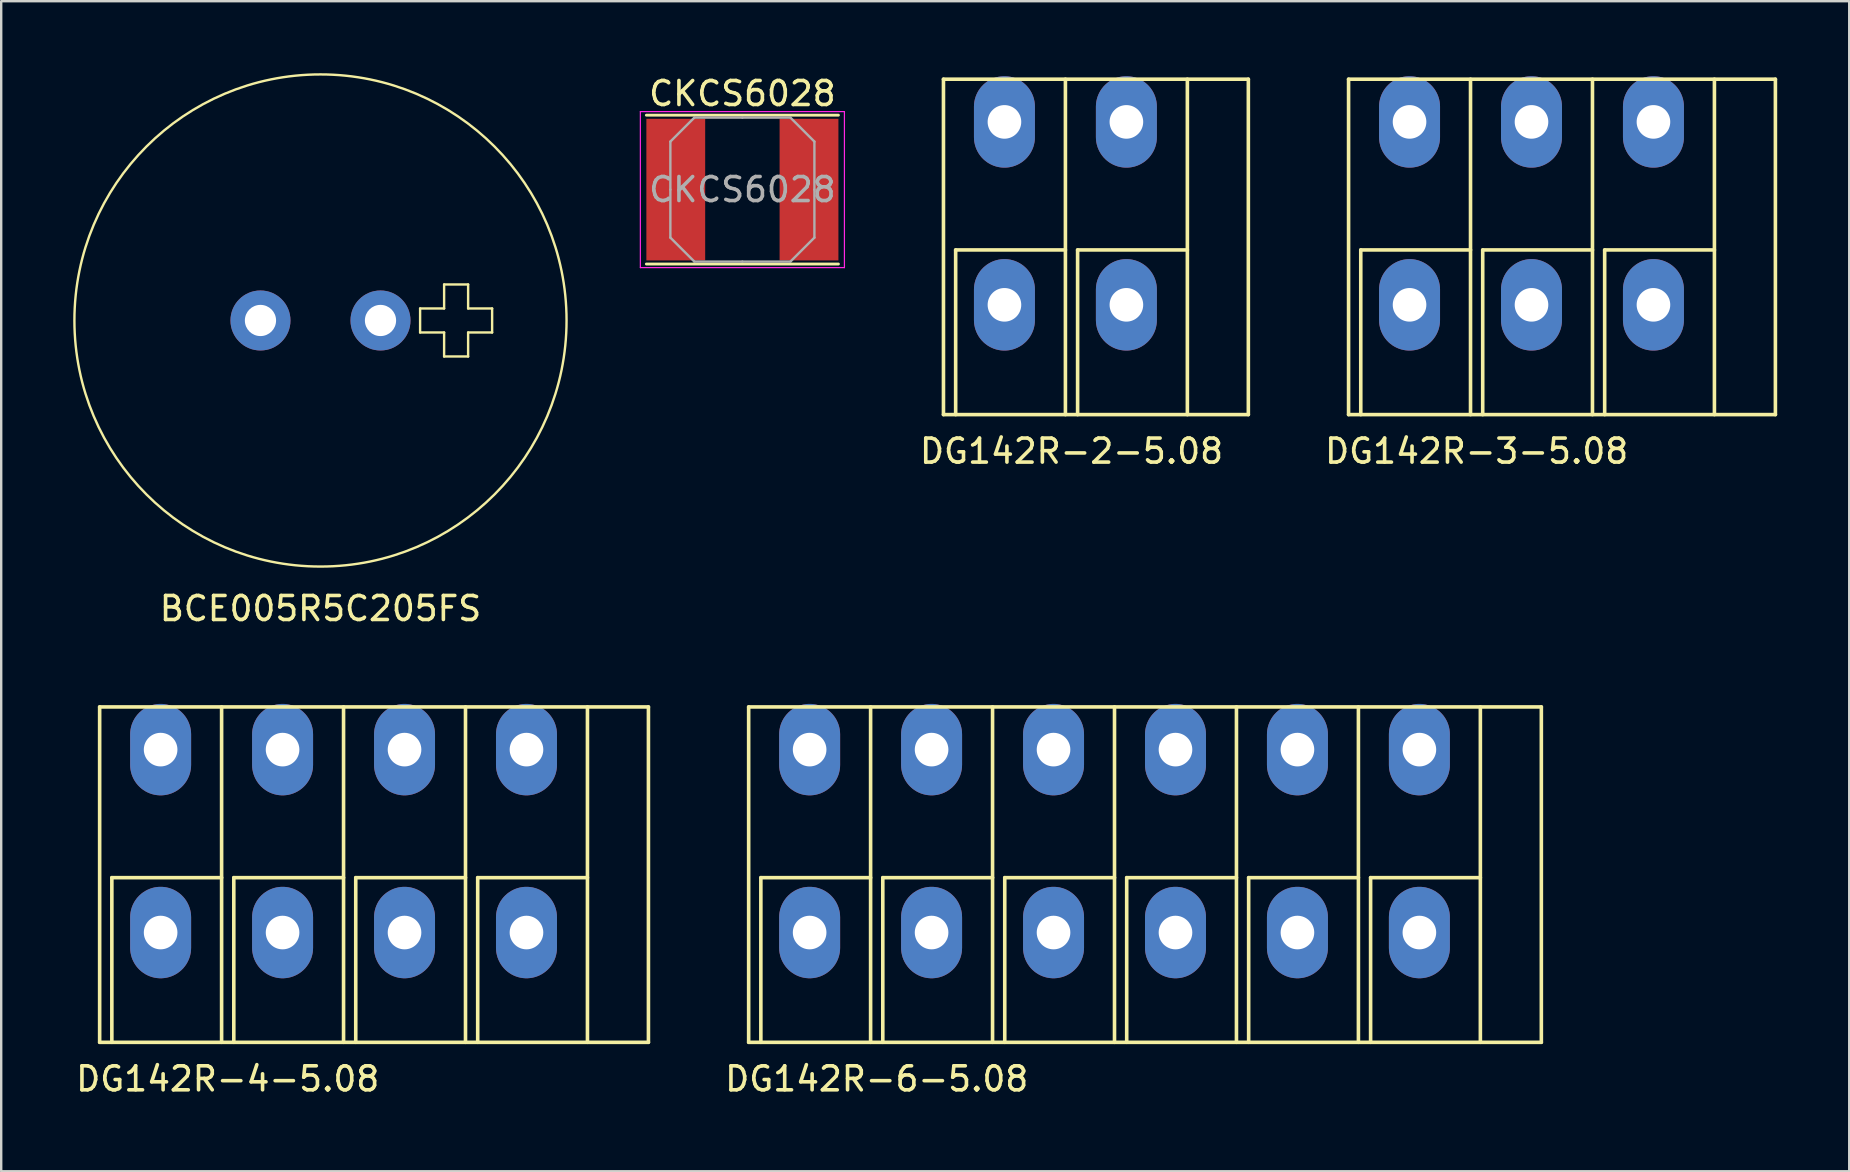
<source format=kicad_pcb>
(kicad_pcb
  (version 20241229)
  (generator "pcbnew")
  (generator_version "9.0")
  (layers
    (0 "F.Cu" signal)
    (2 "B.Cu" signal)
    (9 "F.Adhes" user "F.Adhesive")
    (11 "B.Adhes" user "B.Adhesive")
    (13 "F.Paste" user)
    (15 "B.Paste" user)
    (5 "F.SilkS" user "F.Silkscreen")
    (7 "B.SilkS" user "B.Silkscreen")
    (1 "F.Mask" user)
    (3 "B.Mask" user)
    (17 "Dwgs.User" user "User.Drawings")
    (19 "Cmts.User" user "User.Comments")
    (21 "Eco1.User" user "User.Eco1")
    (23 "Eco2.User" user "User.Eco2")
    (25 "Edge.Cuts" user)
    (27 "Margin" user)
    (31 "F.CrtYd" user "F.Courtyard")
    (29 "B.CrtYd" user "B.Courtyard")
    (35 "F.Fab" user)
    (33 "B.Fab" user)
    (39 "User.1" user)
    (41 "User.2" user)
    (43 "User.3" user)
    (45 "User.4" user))
  (footprint "DG142R-3-5.08"
    (layer "F.Cu")
    (at 53.126 0.25)
    (property "Reference" "DG142R-3-5.08" (at 5.334 15.494 0) (layer "F.SilkS") (effects (font (size 1 1) (thickness 0.15))))
    (attr through_hole)
    (fp_line (start 0 0) (end 0 13.97) (stroke (width 0.15) (type solid)) (layer "F.SilkS"))
    (fp_line (start 0 0) (end 17.78 0) (stroke (width 0.15) (type solid)) (layer "F.SilkS"))
    (fp_line (start 0 13.97) (end 17.78 13.97) (stroke (width 0.15) (type solid)) (layer "F.SilkS"))
    (fp_line (start 0.508 7.112) (end 0.508 13.97) (stroke (width 0.15) (type solid)) (layer "F.SilkS"))
    (fp_line (start 5.08 0) (end 5.08 13.97) (stroke (width 0.15) (type solid)) (layer "F.SilkS"))
    (fp_line (start 5.08 7.112) (end 0.508 7.112) (stroke (width 0.15) (type solid)) (layer "F.SilkS"))
    (fp_line (start 5.588 7.112) (end 5.588 13.97) (stroke (width 0.15) (type solid)) (layer "F.SilkS"))
    (fp_line (start 10.16 0) (end 10.16 13.97) (stroke (width 0.15) (type solid)) (layer "F.SilkS"))
    (fp_line (start 10.16 7.112) (end 5.588 7.112) (stroke (width 0.15) (type solid)) (layer "F.SilkS"))
    (fp_line (start 10.668 7.112) (end 10.668 13.97) (stroke (width 0.15) (type solid)) (layer "F.SilkS"))
    (fp_line (start 15.24 0) (end 15.24 13.97) (stroke (width 0.15) (type solid)) (layer "F.SilkS"))
    (fp_line (start 15.24 7.112) (end 10.668 7.112) (stroke (width 0.15) (type solid)) (layer "F.SilkS"))
    (fp_line (start 17.78 13.97) (end 17.78 0) (stroke (width 0.15) (type solid)) (layer "F.SilkS"))
    (pad "1" thru_hole oval (at 2.54 1.778) (size 2.54 3.81) (drill 1.4) (layers "*.Cu" "*.Mask"))
    (pad "1" thru_hole oval (at 2.54 9.398) (size 2.54 3.81) (drill 1.4) (layers "*.Cu" "*.Mask"))
    (pad "2" thru_hole oval (at 7.62 1.778) (size 2.54 3.81) (drill 1.4) (layers "*.Cu" "*.Mask"))
    (pad "2" thru_hole oval (at 7.62 9.398) (size 2.54 3.81) (drill 1.4) (layers "*.Cu" "*.Mask"))
    (pad "3" thru_hole oval (at 12.7 1.778) (size 2.54 3.81) (drill 1.4) (layers "*.Cu" "*.Mask"))
    (pad "3" thru_hole oval (at 12.7 9.398) (size 2.54 3.81) (drill 1.4) (layers "*.Cu" "*.Mask")))
  (footprint "DG142R-4-5.08"
    (layer "F.Cu")
    (at 1.101 26.398)
    (property "Reference" "DG142R-4-5.08" (at 5.334 15.494 0) (layer "F.SilkS") (effects (font (size 1 1) (thickness 0.15))))
    (attr through_hole)
    (fp_line (start 0 0) (end 0 13.97) (stroke (width 0.15) (type solid)) (layer "F.SilkS"))
    (fp_line (start 0 0) (end 22.86 0) (stroke (width 0.15) (type solid)) (layer "F.SilkS"))
    (fp_line (start 0 13.97) (end 22.86 13.97) (stroke (width 0.15) (type solid)) (layer "F.SilkS"))
    (fp_line (start 0.508 7.112) (end 0.508 13.97) (stroke (width 0.15) (type solid)) (layer "F.SilkS"))
    (fp_line (start 5.08 0) (end 5.08 13.97) (stroke (width 0.15) (type solid)) (layer "F.SilkS"))
    (fp_line (start 5.08 7.112) (end 0.508 7.112) (stroke (width 0.15) (type solid)) (layer "F.SilkS"))
    (fp_line (start 5.588 7.112) (end 5.588 13.97) (stroke (width 0.15) (type solid)) (layer "F.SilkS"))
    (fp_line (start 10.16 0) (end 10.16 13.97) (stroke (width 0.15) (type solid)) (layer "F.SilkS"))
    (fp_line (start 10.16 7.112) (end 5.588 7.112) (stroke (width 0.15) (type solid)) (layer "F.SilkS"))
    (fp_line (start 10.668 7.112) (end 10.668 13.97) (stroke (width 0.15) (type solid)) (layer "F.SilkS"))
    (fp_line (start 15.24 0) (end 15.24 13.97) (stroke (width 0.15) (type solid)) (layer "F.SilkS"))
    (fp_line (start 15.24 7.112) (end 10.668 7.112) (stroke (width 0.15) (type solid)) (layer "F.SilkS"))
    (fp_line (start 15.748 7.112) (end 15.748 13.97) (stroke (width 0.15) (type solid)) (layer "F.SilkS"))
    (fp_line (start 20.32 0) (end 20.32 13.97) (stroke (width 0.15) (type solid)) (layer "F.SilkS"))
    (fp_line (start 20.32 7.112) (end 15.748 7.112) (stroke (width 0.15) (type solid)) (layer "F.SilkS"))
    (fp_line (start 22.86 13.97) (end 22.86 0) (stroke (width 0.15) (type solid)) (layer "F.SilkS"))
    (pad "1" thru_hole oval (at 2.54 1.778) (size 2.54 3.81) (drill 1.4) (layers "*.Cu" "*.Mask"))
    (pad "1" thru_hole oval (at 2.54 9.398) (size 2.54 3.81) (drill 1.4) (layers "*.Cu" "*.Mask"))
    (pad "2" thru_hole oval (at 7.62 1.778) (size 2.54 3.81) (drill 1.4) (layers "*.Cu" "*.Mask"))
    (pad "2" thru_hole oval (at 7.62 9.398) (size 2.54 3.81) (drill 1.4) (layers "*.Cu" "*.Mask"))
    (pad "3" thru_hole oval (at 12.7 1.778) (size 2.54 3.81) (drill 1.4) (layers "*.Cu" "*.Mask"))
    (pad "3" thru_hole oval (at 12.7 9.398) (size 2.54 3.81) (drill 1.4) (layers "*.Cu" "*.Mask"))
    (pad "4" thru_hole oval (at 17.78 1.778) (size 2.54 3.81) (drill 1.4) (layers "*.Cu" "*.Mask"))
    (pad "4" thru_hole oval (at 17.78 9.398) (size 2.54 3.81) (drill 1.4) (layers "*.Cu" "*.Mask")))
  (footprint "DG142R-6-5.08"
    (layer "F.Cu")
    (at 28.136 26.398)
    (property "Reference" "DG142R-6-5.08" (at 5.334 15.494 0) (layer "F.SilkS") (effects (font (size 1 1) (thickness 0.15))))
    (attr through_hole)
    (fp_line (start 0 0) (end 0 13.97) (stroke (width 0.15) (type solid)) (layer "F.SilkS"))
    (fp_line (start 0 0) (end 33.02 0) (stroke (width 0.15) (type solid)) (layer "F.SilkS"))
    (fp_line (start 0 13.97) (end 33.02 13.97) (stroke (width 0.15) (type solid)) (layer "F.SilkS"))
    (fp_line (start 0.508 7.112) (end 0.508 13.97) (stroke (width 0.15) (type solid)) (layer "F.SilkS"))
    (fp_line (start 5.08 0) (end 5.08 13.97) (stroke (width 0.15) (type solid)) (layer "F.SilkS"))
    (fp_line (start 5.08 7.112) (end 0.508 7.112) (stroke (width 0.15) (type solid)) (layer "F.SilkS"))
    (fp_line (start 5.588 7.112) (end 5.588 13.97) (stroke (width 0.15) (type solid)) (layer "F.SilkS"))
    (fp_line (start 10.16 0) (end 10.16 13.97) (stroke (width 0.15) (type solid)) (layer "F.SilkS"))
    (fp_line (start 10.16 7.112) (end 5.588 7.112) (stroke (width 0.15) (type solid)) (layer "F.SilkS"))
    (fp_line (start 10.668 7.112) (end 10.668 13.97) (stroke (width 0.15) (type solid)) (layer "F.SilkS"))
    (fp_line (start 15.24 0) (end 15.24 13.97) (stroke (width 0.15) (type solid)) (layer "F.SilkS"))
    (fp_line (start 15.24 7.112) (end 10.668 7.112) (stroke (width 0.15) (type solid)) (layer "F.SilkS"))
    (fp_line (start 15.748 7.112) (end 15.748 13.97) (stroke (width 0.15) (type solid)) (layer "F.SilkS"))
    (fp_line (start 20.32 0) (end 20.32 13.97) (stroke (width 0.15) (type solid)) (layer "F.SilkS"))
    (fp_line (start 20.32 7.112) (end 15.748 7.112) (stroke (width 0.15) (type solid)) (layer "F.SilkS"))
    (fp_line (start 20.828 7.112) (end 20.828 13.97) (stroke (width 0.15) (type solid)) (layer "F.SilkS"))
    (fp_line (start 25.4 0) (end 25.4 13.97) (stroke (width 0.15) (type solid)) (layer "F.SilkS"))
    (fp_line (start 25.4 7.112) (end 20.828 7.112) (stroke (width 0.15) (type solid)) (layer "F.SilkS"))
    (fp_line (start 25.908 7.112) (end 25.908 13.97) (stroke (width 0.15) (type solid)) (layer "F.SilkS"))
    (fp_line (start 30.48 0) (end 30.48 13.97) (stroke (width 0.15) (type solid)) (layer "F.SilkS"))
    (fp_line (start 30.48 7.112) (end 25.908 7.112) (stroke (width 0.15) (type solid)) (layer "F.SilkS"))
    (fp_line (start 33.02 13.97) (end 33.02 0) (stroke (width 0.15) (type solid)) (layer "F.SilkS"))
    (pad "1" thru_hole oval (at 2.54 1.778) (size 2.54 3.81) (drill 1.4) (layers "*.Cu" "*.Mask"))
    (pad "1" thru_hole oval (at 2.54 9.398) (size 2.54 3.81) (drill 1.4) (layers "*.Cu" "*.Mask"))
    (pad "2" thru_hole oval (at 7.62 1.778) (size 2.54 3.81) (drill 1.4) (layers "*.Cu" "*.Mask"))
    (pad "2" thru_hole oval (at 7.62 9.398) (size 2.54 3.81) (drill 1.4) (layers "*.Cu" "*.Mask"))
    (pad "3" thru_hole oval (at 12.7 1.778) (size 2.54 3.81) (drill 1.4) (layers "*.Cu" "*.Mask"))
    (pad "3" thru_hole oval (at 12.7 9.398) (size 2.54 3.81) (drill 1.4) (layers "*.Cu" "*.Mask"))
    (pad "4" thru_hole oval (at 17.78 1.778) (size 2.54 3.81) (drill 1.4) (layers "*.Cu" "*.Mask"))
    (pad "4" thru_hole oval (at 17.78 9.398) (size 2.54 3.81) (drill 1.4) (layers "*.Cu" "*.Mask"))
    (pad "5" thru_hole oval (at 22.86 1.778) (size 2.54 3.81) (drill 1.4) (layers "*.Cu" "*.Mask"))
    (pad "5" thru_hole oval (at 22.86 9.398) (size 2.54 3.81) (drill 1.4) (layers "*.Cu" "*.Mask"))
    (pad "6" thru_hole oval (at 27.94 1.778) (size 2.54 3.81) (drill 1.4) (layers "*.Cu" "*.Mask"))
    (pad "6" thru_hole oval (at 27.94 9.398) (size 2.54 3.81) (drill 1.4) (layers "*.Cu" "*.Mask")))
  (footprint "CKCS6028"
    (layer "F.Cu")
    (at 27.875 4.848)
    (property "Reference" "CKCS6028" (at 0 -4 0) (layer "F.SilkS") (effects (font (size 1 1) (thickness 0.15))))
    (attr smd)
    (fp_line (start -4 -3.1) (end 4 -3.1) (stroke (width 0.12) (type solid)) (layer "F.SilkS"))
    (fp_line (start -4 3.1) (end 4 3.1) (stroke (width 0.12) (type solid)) (layer "F.SilkS"))
    (fp_line (start -4.25 -3.25) (end -4.25 3.25) (stroke (width 0.05) (type solid)) (layer "F.CrtYd"))
    (fp_line (start -4.25 3.25) (end 4.25 3.25) (stroke (width 0.05) (type solid)) (layer "F.CrtYd"))
    (fp_line (start 4.25 -3.25) (end -4.25 -3.25) (stroke (width 0.05) (type solid)) (layer "F.CrtYd"))
    (fp_line (start 4.25 3.25) (end 4.25 -3.25) (stroke (width 0.05) (type solid)) (layer "F.CrtYd"))
    (fp_line (start -3 -2) (end -2 -3) (stroke (width 0.1) (type solid)) (layer "F.Fab"))
    (fp_line (start -3 0) (end -3 -2) (stroke (width 0.1) (type solid)) (layer "F.Fab"))
    (fp_line (start -3 0) (end -3 2) (stroke (width 0.1) (type solid)) (layer "F.Fab"))
    (fp_line (start -3 2) (end -2 3) (stroke (width 0.1) (type solid)) (layer "F.Fab"))
    (fp_line (start -2 -3) (end 0 -3) (stroke (width 0.1) (type solid)) (layer "F.Fab"))
    (fp_line (start -2 3) (end 0 3) (stroke (width 0.1) (type solid)) (layer "F.Fab"))
    (fp_line (start 2 -3) (end 0 -3) (stroke (width 0.1) (type solid)) (layer "F.Fab"))
    (fp_line (start 2 3) (end 0 3) (stroke (width 0.1) (type solid)) (layer "F.Fab"))
    (fp_line (start 3 -2) (end 2 -3) (stroke (width 0.1) (type solid)) (layer "F.Fab"))
    (fp_line (start 3 0) (end 3 -2) (stroke (width 0.1) (type solid)) (layer "F.Fab"))
    (fp_line (start 3 0) (end 3 2) (stroke (width 0.1) (type solid)) (layer "F.Fab"))
    (fp_line (start 3 2) (end 2 3) (stroke (width 0.1) (type solid)) (layer "F.Fab"))
    (fp_text user "${REFERENCE}" (at 0 0 0) (layer "F.Fab") (effects (font (size 1 1) (thickness 0.15))))
    (pad "1" smd rect (at -2.775 0) (size 2.45 5.9) (layers "F.Cu" "F.Mask" "F.Paste"))
    (pad "2" smd rect (at 2.775 0) (size 2.45 5.9) (layers "F.Cu" "F.Mask" "F.Paste")))
  (footprint "DG142R-2-5.08"
    (layer "F.Cu")
    (at 36.251 0.25)
    (property "Reference" "DG142R-2-5.08" (at 5.334 15.494 0) (layer "F.SilkS") (effects (font (size 1 1) (thickness 0.15))))
    (attr through_hole)
    (fp_line (start 0 0) (end 0 13.97) (stroke (width 0.15) (type solid)) (layer "F.SilkS"))
    (fp_line (start 0 0) (end 12.7 0) (stroke (width 0.15) (type solid)) (layer "F.SilkS"))
    (fp_line (start 0 13.97) (end 12.7 13.97) (stroke (width 0.15) (type solid)) (layer "F.SilkS"))
    (fp_line (start 0.508 7.112) (end 0.508 13.97) (stroke (width 0.15) (type solid)) (layer "F.SilkS"))
    (fp_line (start 5.08 0) (end 5.08 13.97) (stroke (width 0.15) (type solid)) (layer "F.SilkS"))
    (fp_line (start 5.08 7.112) (end 0.508 7.112) (stroke (width 0.15) (type solid)) (layer "F.SilkS"))
    (fp_line (start 5.588 7.112) (end 5.588 13.97) (stroke (width 0.15) (type solid)) (layer "F.SilkS"))
    (fp_line (start 10.16 0) (end 10.16 13.97) (stroke (width 0.15) (type solid)) (layer "F.SilkS"))
    (fp_line (start 10.16 7.112) (end 5.588 7.112) (stroke (width 0.15) (type solid)) (layer "F.SilkS"))
    (fp_line (start 12.7 13.97) (end 12.7 0) (stroke (width 0.15) (type solid)) (layer "F.SilkS"))
    (pad "1" thru_hole oval (at 2.54 1.778) (size 2.54 3.81) (drill 1.4) (layers "*.Cu" "*.Mask"))
    (pad "1" thru_hole oval (at 2.54 9.398) (size 2.54 3.81) (drill 1.4) (layers "*.Cu" "*.Mask"))
    (pad "2" thru_hole oval (at 7.62 1.778) (size 2.54 3.81) (drill 1.4) (layers "*.Cu" "*.Mask"))
    (pad "2" thru_hole oval (at 7.62 9.398) (size 2.54 3.81) (drill 1.4) (layers "*.Cu" "*.Mask")))
  (footprint "BCE005R5C205FS"
    (layer "F.Cu")
    (at 10.3 10.3)
    (property "Reference" "BCE005R5C205FS" (at 0 12 0) (layer "F.SilkS") (effects (font (size 1 1) (thickness 0.15))))
    (attr through_hole)
    (fp_line (start 4.15 0.5) (end 4.15 -0.5) (stroke (width 0.1) (type solid)) (layer "F.SilkS"))
    (fp_line (start 5.15 -0.5) (end 4.15 -0.5) (stroke (width 0.1) (type solid)) (layer "F.SilkS"))
    (fp_line (start 5.15 -0.5) (end 5.15 -1.5) (stroke (width 0.1) (type solid)) (layer "F.SilkS"))
    (fp_line (start 5.15 0.5) (end 4.15 0.5) (stroke (width 0.1) (type solid)) (layer "F.SilkS"))
    (fp_line (start 5.15 1.5) (end 5.15 0.5) (stroke (width 0.1) (type solid)) (layer "F.SilkS"))
    (fp_line (start 6.15 -1.5) (end 5.15 -1.5) (stroke (width 0.1) (type solid)) (layer "F.SilkS"))
    (fp_line (start 6.15 -0.5) (end 6.15 -1.5) (stroke (width 0.1) (type solid)) (layer "F.SilkS"))
    (fp_line (start 6.15 1.5) (end 5.15 1.5) (stroke (width 0.1) (type solid)) (layer "F.SilkS"))
    (fp_line (start 6.15 1.5) (end 6.15 0.5) (stroke (width 0.1) (type solid)) (layer "F.SilkS"))
    (fp_line (start 7.15 -0.5) (end 6.15 -0.5) (stroke (width 0.1) (type solid)) (layer "F.SilkS"))
    (fp_line (start 7.15 0.5) (end 6.15 0.5) (stroke (width 0.1) (type solid)) (layer "F.SilkS"))
    (fp_line (start 7.15 0.5) (end 7.15 -0.5) (stroke (width 0.1) (type solid)) (layer "F.SilkS"))
    (fp_circle (center 0 0) (end 10.25 0) (stroke (width 0.1) (type solid)) (fill no) (layer "F.SilkS"))
    (pad "1" thru_hole circle (at 2.5 0) (size 2.5 2.5) (drill 1.3) (layers "*.Cu" "*.Mask"))
    (pad "2" thru_hole circle (at -2.5 0) (size 2.5 2.5) (drill 1.3) (layers "*.Cu" "*.Mask")))
  (gr_rect
    (start -3 -3)
    (end 73.981 45.74)
    (stroke (width 0.1) (type default))
    (fill no)
    (layer "Edge.Cuts")))
</source>
